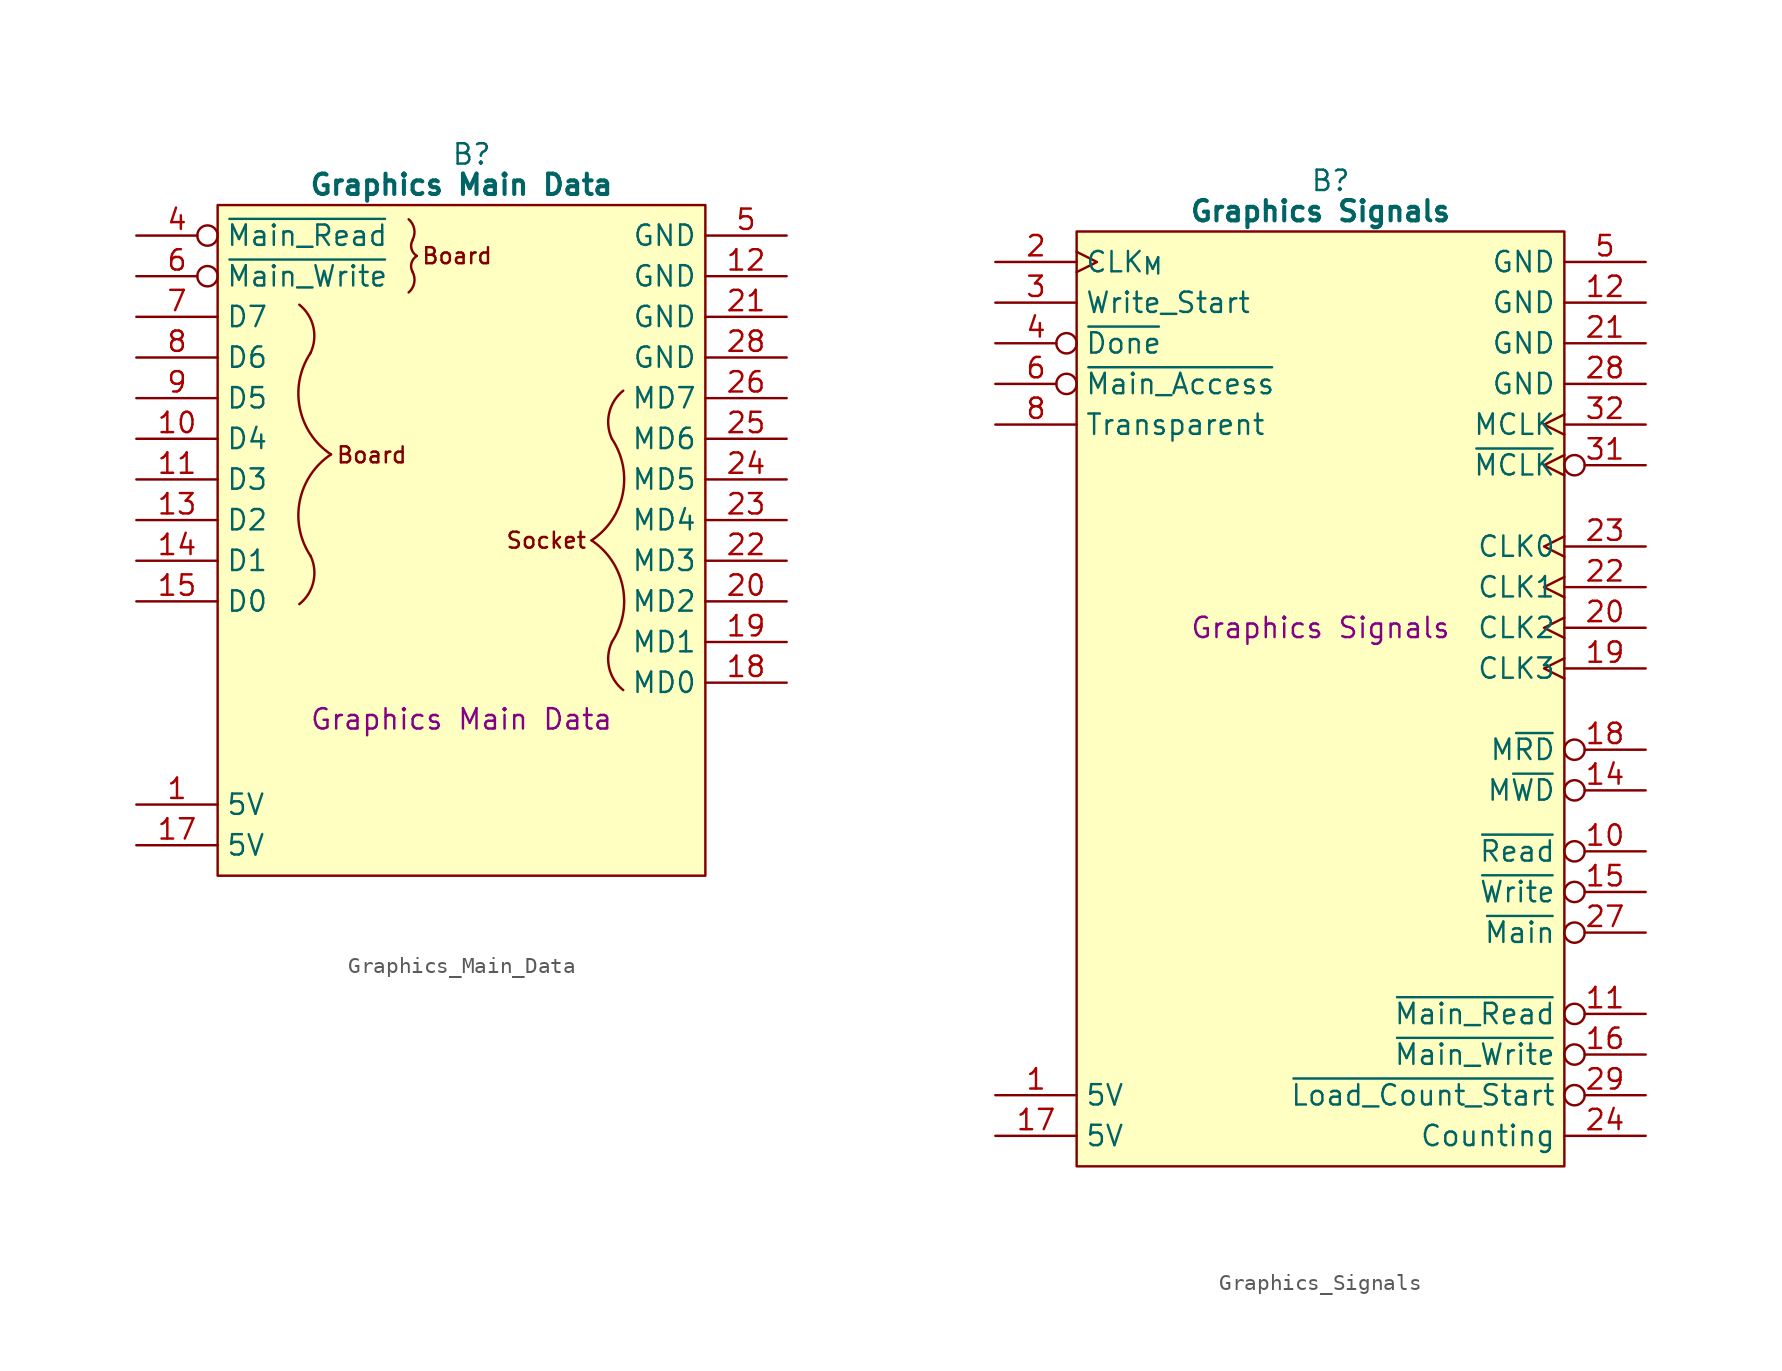
<source format=kicad_sym>
(kicad_symbol_lib
  (version 20241209)
  (generator "kicad_symbol_editor")
  (generator_version "9.0")
  (symbol "Graphics_Main_Data"
    (property "Reference" "B"
      (at 15.875 5.08 0)
      (effects (font (size 1.27 1.27))))
    (property "Value" "Graphics Main Data"
      (at 15.24 3.175 0)
      (effects (font (size 1.27 1.27) (bold yes))))
    (property "Description" "Graphics Main Data"
      (at 15.24 -30.226 0)
      (effects (font (size 1.27 1.27))))
    (symbol "Graphics_Main_Data_0_1"
      (polyline (pts (xy 0 1.905) (xy 30.48 1.905) (xy 30.48 -40.005) (xy 0 -40.005) (xy 0 1.905)) (stroke (width 0.152) (type default)) (fill (type background))))
    (symbol "Graphics_Main_Data_1_0"
      (pin no_connect line (at 35.56 -38.1 180) (length 5.08) (hide yes) (name "N.C." (effects (font (size 1.27 1.27)))) (number "32" (effects (font (size 1.27 1.27))))))
    (symbol "Graphics_Main_Data_1_1"
      (arc (start 5.814 -20.028) (mid 5.981 -21.6553) (end 5.103 -23.0354) (stroke (width 0) (type default)) (fill (type none)))
      (arc (start 5.103 -4.3206) (mid 5.9817 -5.7006) (end 5.814 -7.328) (stroke (width 0) (type default)) (fill (type none)))
      (arc (start 7.084 -13.678) (mid 5.1339 -10.766) (end 5.814 -7.328) (stroke (width 0) (type default)) (fill (type none)))
      (arc (start 5.814 -20.028) (mid 5.1339 -16.59) (end 7.084 -13.678) (stroke (width 0) (type default)) (fill (type none)))
      (arc (start 11.938 1.016) (mid 12.286 0.4252) (end 12.192 -0.254) (stroke (width 0) (type default)) (fill (type none)))
      (arc (start 12.192 -2.286) (mid 12.2857 -2.9652) (end 11.938 -3.556) (stroke (width 0) (type default)) (fill (type none)))
      (arc (start 12.192 -2.286) (mid 12.1083 -1.7253) (end 12.446 -1.27) (stroke (width 0) (type default)) (fill (type none)))
      (arc (start 12.446 -1.27) (mid 12.1092 -0.8144) (end 12.192 -0.254) (stroke (width 0) (type default)) (fill (type none)))
      (arc (start 24.6381 -12.7) (mid 25.3182 -16.138) (end 23.3681 -19.05) (stroke (width 0) (type default)) (fill (type none)))
      (arc (start 23.3681 -19.05) (mid 25.3182 -21.962) (end 24.6381 -25.4) (stroke (width 0) (type default)) (fill (type none)))
      (arc (start 25.3491 -28.4074) (mid 24.4703 -27.0274) (end 24.6381 -25.4) (stroke (width 0) (type default)) (fill (type none)))
      (arc (start 24.6381 -12.7) (mid 24.4737 -11.074) (end 25.3491 -9.6926) (stroke (width 0) (type default)) (fill (type none)))
      (text "Board" (at 7.366 -13.716 0) (effects (font (size 1 1)) (justify left)))
      (text "Board" (at 12.7 -1.27 0) (effects (font (size 1 1)) (justify left)))
      (text "Socket" (at 23.114 -19.05 0) (effects (font (size 1 1)) (justify right)))
      (pin input inverted (at -5.08 0 0) (length 5.08) (name "~{Main_Read}" (effects (font (size 1.27 1.27)))) (number "4" (effects (font (size 1.27 1.27)))))
      (pin input inverted (at -5.08 -2.54 0) (length 5.08) (name "~{Main_Write}" (effects (font (size 1.27 1.27)))) (number "6" (effects (font (size 1.27 1.27)))))
      (pin tri_state line (at -5.08 -5.08 0) (length 5.08) (name "D7" (effects (font (size 1.27 1.27)))) (number "7" (effects (font (size 1.27 1.27)))))
      (pin tri_state line (at -5.08 -7.62 0) (length 5.08) (name "D6" (effects (font (size 1.27 1.27)))) (number "8" (effects (font (size 1.27 1.27)))))
      (pin tri_state line (at -5.08 -10.16 0) (length 5.08) (name "D5" (effects (font (size 1.27 1.27)))) (number "9" (effects (font (size 1.27 1.27)))))
      (pin tri_state line (at -5.08 -12.7 0) (length 5.08) (name "D4" (effects (font (size 1.27 1.27)))) (number "10" (effects (font (size 1.27 1.27)))))
      (pin tri_state line (at -5.08 -15.24 0) (length 5.08) (name "D3" (effects (font (size 1.27 1.27)))) (number "11" (effects (font (size 1.27 1.27)))))
      (pin tri_state line (at -5.08 -17.78 0) (length 5.08) (name "D2" (effects (font (size 1.27 1.27)))) (number "13" (effects (font (size 1.27 1.27)))))
      (pin tri_state line (at -5.08 -20.32 0) (length 5.08) (name "D1" (effects (font (size 1.27 1.27)))) (number "14" (effects (font (size 1.27 1.27)))))
      (pin tri_state line (at -5.08 -22.86 0) (length 5.08) (name "D0" (effects (font (size 1.27 1.27)))) (number "15" (effects (font (size 1.27 1.27)))))
      (pin no_connect line (at -5.08 -25.4 0) (length 5.08) (hide yes) (name "N.C." (effects (font (size 1.27 1.27)))) (number "2" (effects (font (size 1.27 1.27)))))
      (pin no_connect line (at -5.08 -27.94 0) (length 5.08) (hide yes) (name "N.C." (effects (font (size 1.27 1.27)))) (number "3" (effects (font (size 1.27 1.27)))))
      (pin no_connect line (at -5.08 -30.48 0) (length 5.08) (hide yes) (name "N.C." (effects (font (size 1.27 1.27)))) (number "16" (effects (font (size 1.27 1.27)))))
      (pin no_connect line (at -5.08 -33.02 0) (length 5.08) (hide yes) (name "N.C." (effects (font (size 1.27 1.27)))) (number "27" (effects (font (size 1.27 1.27)))))
      (pin passive line (at -5.08 -35.56 0) (length 5.08) (name "5V" (effects (font (size 1.27 1.27)))) (number "1" (effects (font (size 1.27 1.27)))))
      (pin passive line (at -5.08 -38.1 0) (length 5.08) (name "5V" (effects (font (size 1.27 1.27)))) (number "17" (effects (font (size 1.27 1.27)))))
      (pin passive line (at 35.56 0 180) (length 5.08) (name "GND" (effects (font (size 1.27 1.27)))) (number "5" (effects (font (size 1.27 1.27)))))
      (pin passive line (at 35.56 -2.54 180) (length 5.08) (name "GND" (effects (font (size 1.27 1.27)))) (number "12" (effects (font (size 1.27 1.27)))))
      (pin passive line (at 35.56 -5.08 180) (length 5.08) (name "GND" (effects (font (size 1.27 1.27)))) (number "21" (effects (font (size 1.27 1.27)))))
      (pin passive line (at 35.56 -7.62 180) (length 5.08) (name "GND" (effects (font (size 1.27 1.27)))) (number "28" (effects (font (size 1.27 1.27)))))
      (pin tri_state line (at 35.56 -10.16 180) (length 5.08) (name "MD7" (effects (font (size 1.27 1.27)))) (number "26" (effects (font (size 1.27 1.27)))))
      (pin tri_state line (at 35.56 -12.7 180) (length 5.08) (name "MD6" (effects (font (size 1.27 1.27)))) (number "25" (effects (font (size 1.27 1.27)))))
      (pin tri_state line (at 35.56 -15.24 180) (length 5.08) (name "MD5" (effects (font (size 1.27 1.27)))) (number "24" (effects (font (size 1.27 1.27)))))
      (pin tri_state line (at 35.56 -17.78 180) (length 5.08) (name "MD4" (effects (font (size 1.27 1.27)))) (number "23" (effects (font (size 1.27 1.27)))))
      (pin tri_state line (at 35.56 -20.32 180) (length 5.08) (name "MD3" (effects (font (size 1.27 1.27)))) (number "22" (effects (font (size 1.27 1.27)))))
      (pin tri_state line (at 35.56 -22.86 180) (length 5.08) (name "MD2" (effects (font (size 1.27 1.27)))) (number "20" (effects (font (size 1.27 1.27)))))
      (pin tri_state line (at 35.56 -25.4 180) (length 5.08) (name "MD1" (effects (font (size 1.27 1.27)))) (number "19" (effects (font (size 1.27 1.27)))))
      (pin tri_state line (at 35.56 -27.94 180) (length 5.08) (name "MD0" (effects (font (size 1.27 1.27)))) (number "18" (effects (font (size 1.27 1.27)))))
      (pin no_connect line (at 35.56 -30.48 180) (length 5.08) (hide yes) (name "N.C." (effects (font (size 1.27 1.27)))) (number "29" (effects (font (size 1.27 1.27)))))
      (pin no_connect line (at 35.56 -33.02 180) (length 5.08) (hide yes) (name "N.C." (effects (font (size 1.27 1.27)))) (number "30" (effects (font (size 1.27 1.27)))))
      (pin no_connect line (at 35.56 -35.56 180) (length 5.08) (hide yes) (name "N.C." (effects (font (size 1.27 1.27)))) (number "31" (effects (font (size 1.27 1.27)))))))
  (symbol "Graphics_Signals"
    (property "Reference" "B"
      (at 15.875 5.08 0)
      (effects (font (size 1.27 1.27))))
    (property "Value" "Graphics Signals"
      (at 15.24 3.175 0)
      (effects (font (size 1.27 1.27) (bold yes))))
    (property "Description" "Graphics Signals"
      (at 15.24 -22.86 0)
      (effects (font (size 1.27 1.27))))
    (symbol "Graphics_Signals_0_1"
      (polyline (pts (xy 0 1.905) (xy 30.48 1.905) (xy 30.48 -56.515) (xy 0 -56.515) (xy 0 1.905)) (stroke (width 0.152) (type default)) (fill (type background))))
    (symbol "Graphics_Signals_1_0"
      (pin output clock (at 35.56 -10.16 180) (length 5.08) (name "MCLK" (effects (font (size 1.27 1.27)))) (number "32" (effects (font (size 1.27 1.27))))))
    (symbol "Graphics_Signals_1_1"
      (pin input clock (at -5.08 0 0) (length 5.08) (name "CLK_{M}" (effects (font (size 1.27 1.27)))) (number "2" (effects (font (size 1.27 1.27)))))
      (pin input line (at -5.08 -2.54 0) (length 5.08) (name "Write_Start" (effects (font (size 1.27 1.27)))) (number "3" (effects (font (size 1.27 1.27)))))
      (pin input inverted (at -5.08 -5.08 0) (length 5.08) (name "~{Done}" (effects (font (size 1.27 1.27)))) (number "4" (effects (font (size 1.27 1.27)))))
      (pin input inverted (at -5.08 -7.62 0) (length 5.08) (name "~{Main_Access}" (effects (font (size 1.27 1.27)))) (number "6" (effects (font (size 1.27 1.27)))))
      (pin input line (at -5.08 -10.16 0) (length 5.08) (name "Transparent" (effects (font (size 1.27 1.27)))) (number "8" (effects (font (size 1.27 1.27)))))
      (pin no_connect line (at -5.08 -30.48 0) (length 5.08) (hide yes) (name "N.C." (effects (font (size 1.27 1.27)))) (number "7" (effects (font (size 1.27 1.27)))))
      (pin no_connect line (at -5.08 -33.02 0) (length 5.08) (hide yes) (name "N.C." (effects (font (size 1.27 1.27)))) (number "9" (effects (font (size 1.27 1.27)))))
      (pin no_connect line (at -5.08 -35.56 0) (length 5.08) (hide yes) (name "N.C." (effects (font (size 1.27 1.27)))) (number "13" (effects (font (size 1.27 1.27)))))
      (pin no_connect line (at -5.08 -38.1 0) (length 5.08) (hide yes) (name "N.C." (effects (font (size 1.27 1.27)))) (number "25" (effects (font (size 1.27 1.27)))))
      (pin no_connect line (at -5.08 -40.64 0) (length 5.08) (hide yes) (name "N.C." (effects (font (size 1.27 1.27)))) (number "26" (effects (font (size 1.27 1.27)))))
      (pin no_connect line (at -5.08 -43.18 0) (length 5.08) (hide yes) (name "N.C." (effects (font (size 1.27 1.27)))) (number "30" (effects (font (size 1.27 1.27)))))
      (pin passive line (at -5.08 -52.07 0) (length 5.08) (name "5V" (effects (font (size 1.27 1.27)))) (number "1" (effects (font (size 1.27 1.27)))))
      (pin passive line (at -5.08 -54.61 0) (length 5.08) (name "5V" (effects (font (size 1.27 1.27)))) (number "17" (effects (font (size 1.27 1.27)))))
      (pin passive line (at 35.56 0 180) (length 5.08) (name "GND" (effects (font (size 1.27 1.27)))) (number "5" (effects (font (size 1.27 1.27)))))
      (pin passive line (at 35.56 -2.54 180) (length 5.08) (name "GND" (effects (font (size 1.27 1.27)))) (number "12" (effects (font (size 1.27 1.27)))))
      (pin passive line (at 35.56 -5.08 180) (length 5.08) (name "GND" (effects (font (size 1.27 1.27)))) (number "21" (effects (font (size 1.27 1.27)))))
      (pin passive line (at 35.56 -7.62 180) (length 5.08) (name "GND" (effects (font (size 1.27 1.27)))) (number "28" (effects (font (size 1.27 1.27)))))
      (pin output inverted_clock (at 35.56 -12.7 180) (length 5.08) (name "~{MCLK}" (effects (font (size 1.27 1.27)))) (number "31" (effects (font (size 1.27 1.27)))))
      (pin output clock (at 35.56 -17.78 180) (length 5.08) (name "CLK0" (effects (font (size 1.27 1.27)))) (number "23" (effects (font (size 1.27 1.27)))))
      (pin output clock (at 35.56 -20.32 180) (length 5.08) (name "CLK1" (effects (font (size 1.27 1.27)))) (number "22" (effects (font (size 1.27 1.27)))))
      (pin output clock (at 35.56 -22.86 180) (length 5.08) (name "CLK2" (effects (font (size 1.27 1.27)))) (number "20" (effects (font (size 1.27 1.27)))))
      (pin output clock (at 35.56 -25.4 180) (length 5.08) (name "CLK3" (effects (font (size 1.27 1.27)))) (number "19" (effects (font (size 1.27 1.27)))))
      (pin output inverted (at 35.56 -30.48 180) (length 5.08) (name "M~{RD}" (effects (font (size 1.27 1.27)))) (number "18" (effects (font (size 1.27 1.27)))))
      (pin output inverted (at 35.56 -33.02 180) (length 5.08) (name "M~{WD}" (effects (font (size 1.27 1.27)))) (number "14" (effects (font (size 1.27 1.27)))))
      (pin output inverted (at 35.56 -36.83 180) (length 5.08) (name "~{Read}" (effects (font (size 1.27 1.27)))) (number "10" (effects (font (size 1.27 1.27)))))
      (pin output inverted (at 35.56 -39.37 180) (length 5.08) (name "~{Write}" (effects (font (size 1.27 1.27)))) (number "15" (effects (font (size 1.27 1.27)))))
      (pin output inverted (at 35.56 -41.91 180) (length 5.08) (name "~{Main}" (effects (font (size 1.27 1.27)))) (number "27" (effects (font (size 1.27 1.27)))))
      (pin output inverted (at 35.56 -46.99 180) (length 5.08) (name "~{Main_Read}" (effects (font (size 1.27 1.27)))) (number "11" (effects (font (size 1.27 1.27)))))
      (pin output inverted (at 35.56 -49.53 180) (length 5.08) (name "~{Main_Write}" (effects (font (size 1.27 1.27)))) (number "16" (effects (font (size 1.27 1.27)))))
      (pin output inverted (at 35.56 -52.07 180) (length 5.08) (name "~{Load_Count_Start}" (effects (font (size 1.27 1.27)))) (number "29" (effects (font (size 1.27 1.27)))))
      (pin output line (at 35.56 -54.61 180) (length 5.08) (name "Counting" (effects (font (size 1.27 1.27)))) (number "24" (effects (font (size 1.27 1.27))))))))
</source>
